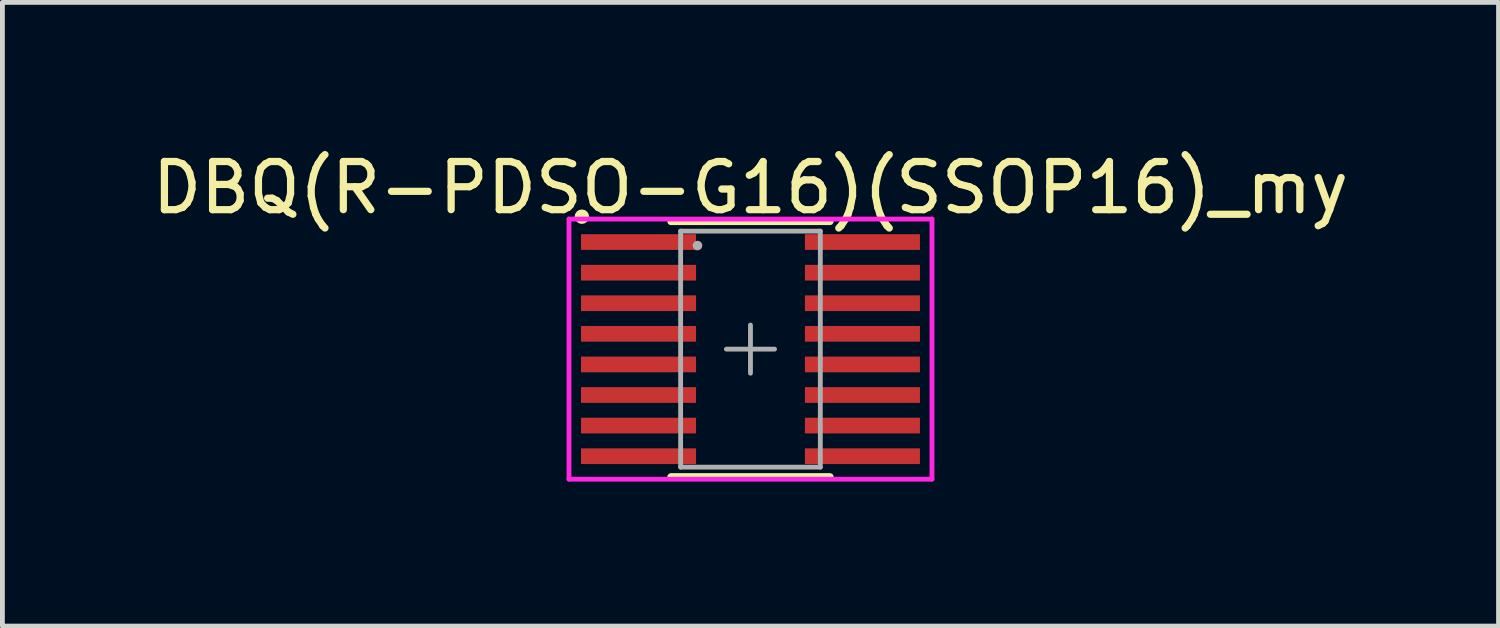
<source format=kicad_pcb>
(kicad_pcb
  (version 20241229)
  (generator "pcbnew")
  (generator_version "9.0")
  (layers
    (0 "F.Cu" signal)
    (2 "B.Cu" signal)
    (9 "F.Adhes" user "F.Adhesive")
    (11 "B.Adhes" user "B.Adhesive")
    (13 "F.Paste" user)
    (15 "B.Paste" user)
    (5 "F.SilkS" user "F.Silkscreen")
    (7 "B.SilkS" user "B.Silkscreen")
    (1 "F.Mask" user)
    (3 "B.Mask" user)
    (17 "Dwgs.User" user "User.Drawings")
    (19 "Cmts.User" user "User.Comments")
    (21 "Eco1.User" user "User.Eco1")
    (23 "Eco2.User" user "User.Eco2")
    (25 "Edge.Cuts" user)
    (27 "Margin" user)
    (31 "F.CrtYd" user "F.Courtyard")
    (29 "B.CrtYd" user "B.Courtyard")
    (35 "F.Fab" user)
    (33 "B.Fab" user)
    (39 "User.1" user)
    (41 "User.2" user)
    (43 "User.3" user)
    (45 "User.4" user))
  (footprint "DBQ(R-PDSO-G16)(SSOP16)_my"
    (layer "F.Cu")
    (at 12.53 4.198)
    (property "Reference" "DBQ(R-PDSO-G16)(SSOP16)_my" (at 0 -3.35 0) (layer "F.SilkS") (effects (font (size 1 1) (thickness 0.15))))
    (attr through_hole)
    (fp_line (start 1.65 -2.65) (end -1.65 -2.65) (stroke (width 0.15) (type solid)) (layer "F.SilkS"))
    (fp_line (start 1.65 2.65) (end -1.65 2.65) (stroke (width 0.15) (type solid)) (layer "F.SilkS"))
    (fp_circle (center -3.5 -2.75) (end -3.425 -2.75) (stroke (width 0.15) (type solid)) (fill no) (layer "F.SilkS"))
    (fp_line (start -3.768 -2.7) (end 3.768 -2.7) (stroke (width 0.1) (type solid)) (layer "F.CrtYd"))
    (fp_line (start -3.768 2.7) (end -3.768 -2.7) (stroke (width 0.1) (type solid)) (layer "F.CrtYd"))
    (fp_line (start 3.768 -2.7) (end 3.768 2.7) (stroke (width 0.1) (type solid)) (layer "F.CrtYd"))
    (fp_line (start 3.768 2.7) (end -3.768 2.7) (stroke (width 0.1) (type solid)) (layer "F.CrtYd"))
    (fp_line (start -1.45 -2.45) (end 1.45 -2.45) (stroke (width 0.1) (type solid)) (layer "F.Fab"))
    (fp_line (start -1.45 2.45) (end -1.45 -2.45) (stroke (width 0.1) (type solid)) (layer "F.Fab"))
    (fp_line (start 0 0.5) (end 0 -0.5) (stroke (width 0.1) (type solid)) (layer "F.Fab"))
    (fp_line (start 0.5 0) (end -0.5 0) (stroke (width 0.1) (type solid)) (layer "F.Fab"))
    (fp_line (start 1.45 -2.45) (end 1.45 2.45) (stroke (width 0.1) (type solid)) (layer "F.Fab"))
    (fp_line (start 1.45 2.45) (end -1.45 2.45) (stroke (width 0.1) (type solid)) (layer "F.Fab"))
    (fp_circle (center -1.1 -2.15) (end -1.05 -2.15) (stroke (width 0.1) (type solid)) (fill no) (layer "F.Fab"))
    (pad "1" smd rect (at -2.324 -2.223 270) (size 0.326 2.388) (layers "F.Cu" "F.Mask" "F.Paste"))
    (pad "2" smd rect (at -2.324 -1.587 270) (size 0.326 2.388) (layers "F.Cu" "F.Mask" "F.Paste"))
    (pad "3" smd rect (at -2.324 -0.953 270) (size 0.326 2.388) (layers "F.Cu" "F.Mask" "F.Paste"))
    (pad "4" smd rect (at -2.324 -0.318 270) (size 0.326 2.388) (layers "F.Cu" "F.Mask" "F.Paste"))
    (pad "5" smd rect (at -2.324 0.318 270) (size 0.326 2.388) (layers "F.Cu" "F.Mask" "F.Paste"))
    (pad "6" smd rect (at -2.324 0.953 270) (size 0.326 2.388) (layers "F.Cu" "F.Mask" "F.Paste"))
    (pad "7" smd rect (at -2.324 1.587 270) (size 0.326 2.388) (layers "F.Cu" "F.Mask" "F.Paste"))
    (pad "8" smd rect (at -2.324 2.223 270) (size 0.326 2.388) (layers "F.Cu" "F.Mask" "F.Paste"))
    (pad "9" smd rect (at 2.324 2.223 270) (size 0.326 2.388) (layers "F.Cu" "F.Mask" "F.Paste"))
    (pad "10" smd rect (at 2.324 1.587 270) (size 0.326 2.388) (layers "F.Cu" "F.Mask" "F.Paste"))
    (pad "11" smd rect (at 2.324 0.953 270) (size 0.326 2.388) (layers "F.Cu" "F.Mask" "F.Paste"))
    (pad "12" smd rect (at 2.324 0.318 270) (size 0.326 2.388) (layers "F.Cu" "F.Mask" "F.Paste"))
    (pad "13" smd rect (at 2.324 -0.318 270) (size 0.326 2.388) (layers "F.Cu" "F.Mask" "F.Paste"))
    (pad "14" smd rect (at 2.324 -0.953 270) (size 0.326 2.388) (layers "F.Cu" "F.Mask" "F.Paste"))
    (pad "15" smd rect (at 2.324 -1.587 270) (size 0.326 2.388) (layers "F.Cu" "F.Mask" "F.Paste"))
    (pad "16" smd rect (at 2.324 -2.223 270) (size 0.326 2.388) (layers "F.Cu" "F.Mask" "F.Paste")))
  (gr_rect
    (start -3 -3)
    (end 28.06 9.948)
    (stroke (width 0.1) (type default))
    (fill no)
    (layer "Edge.Cuts")))
</source>
